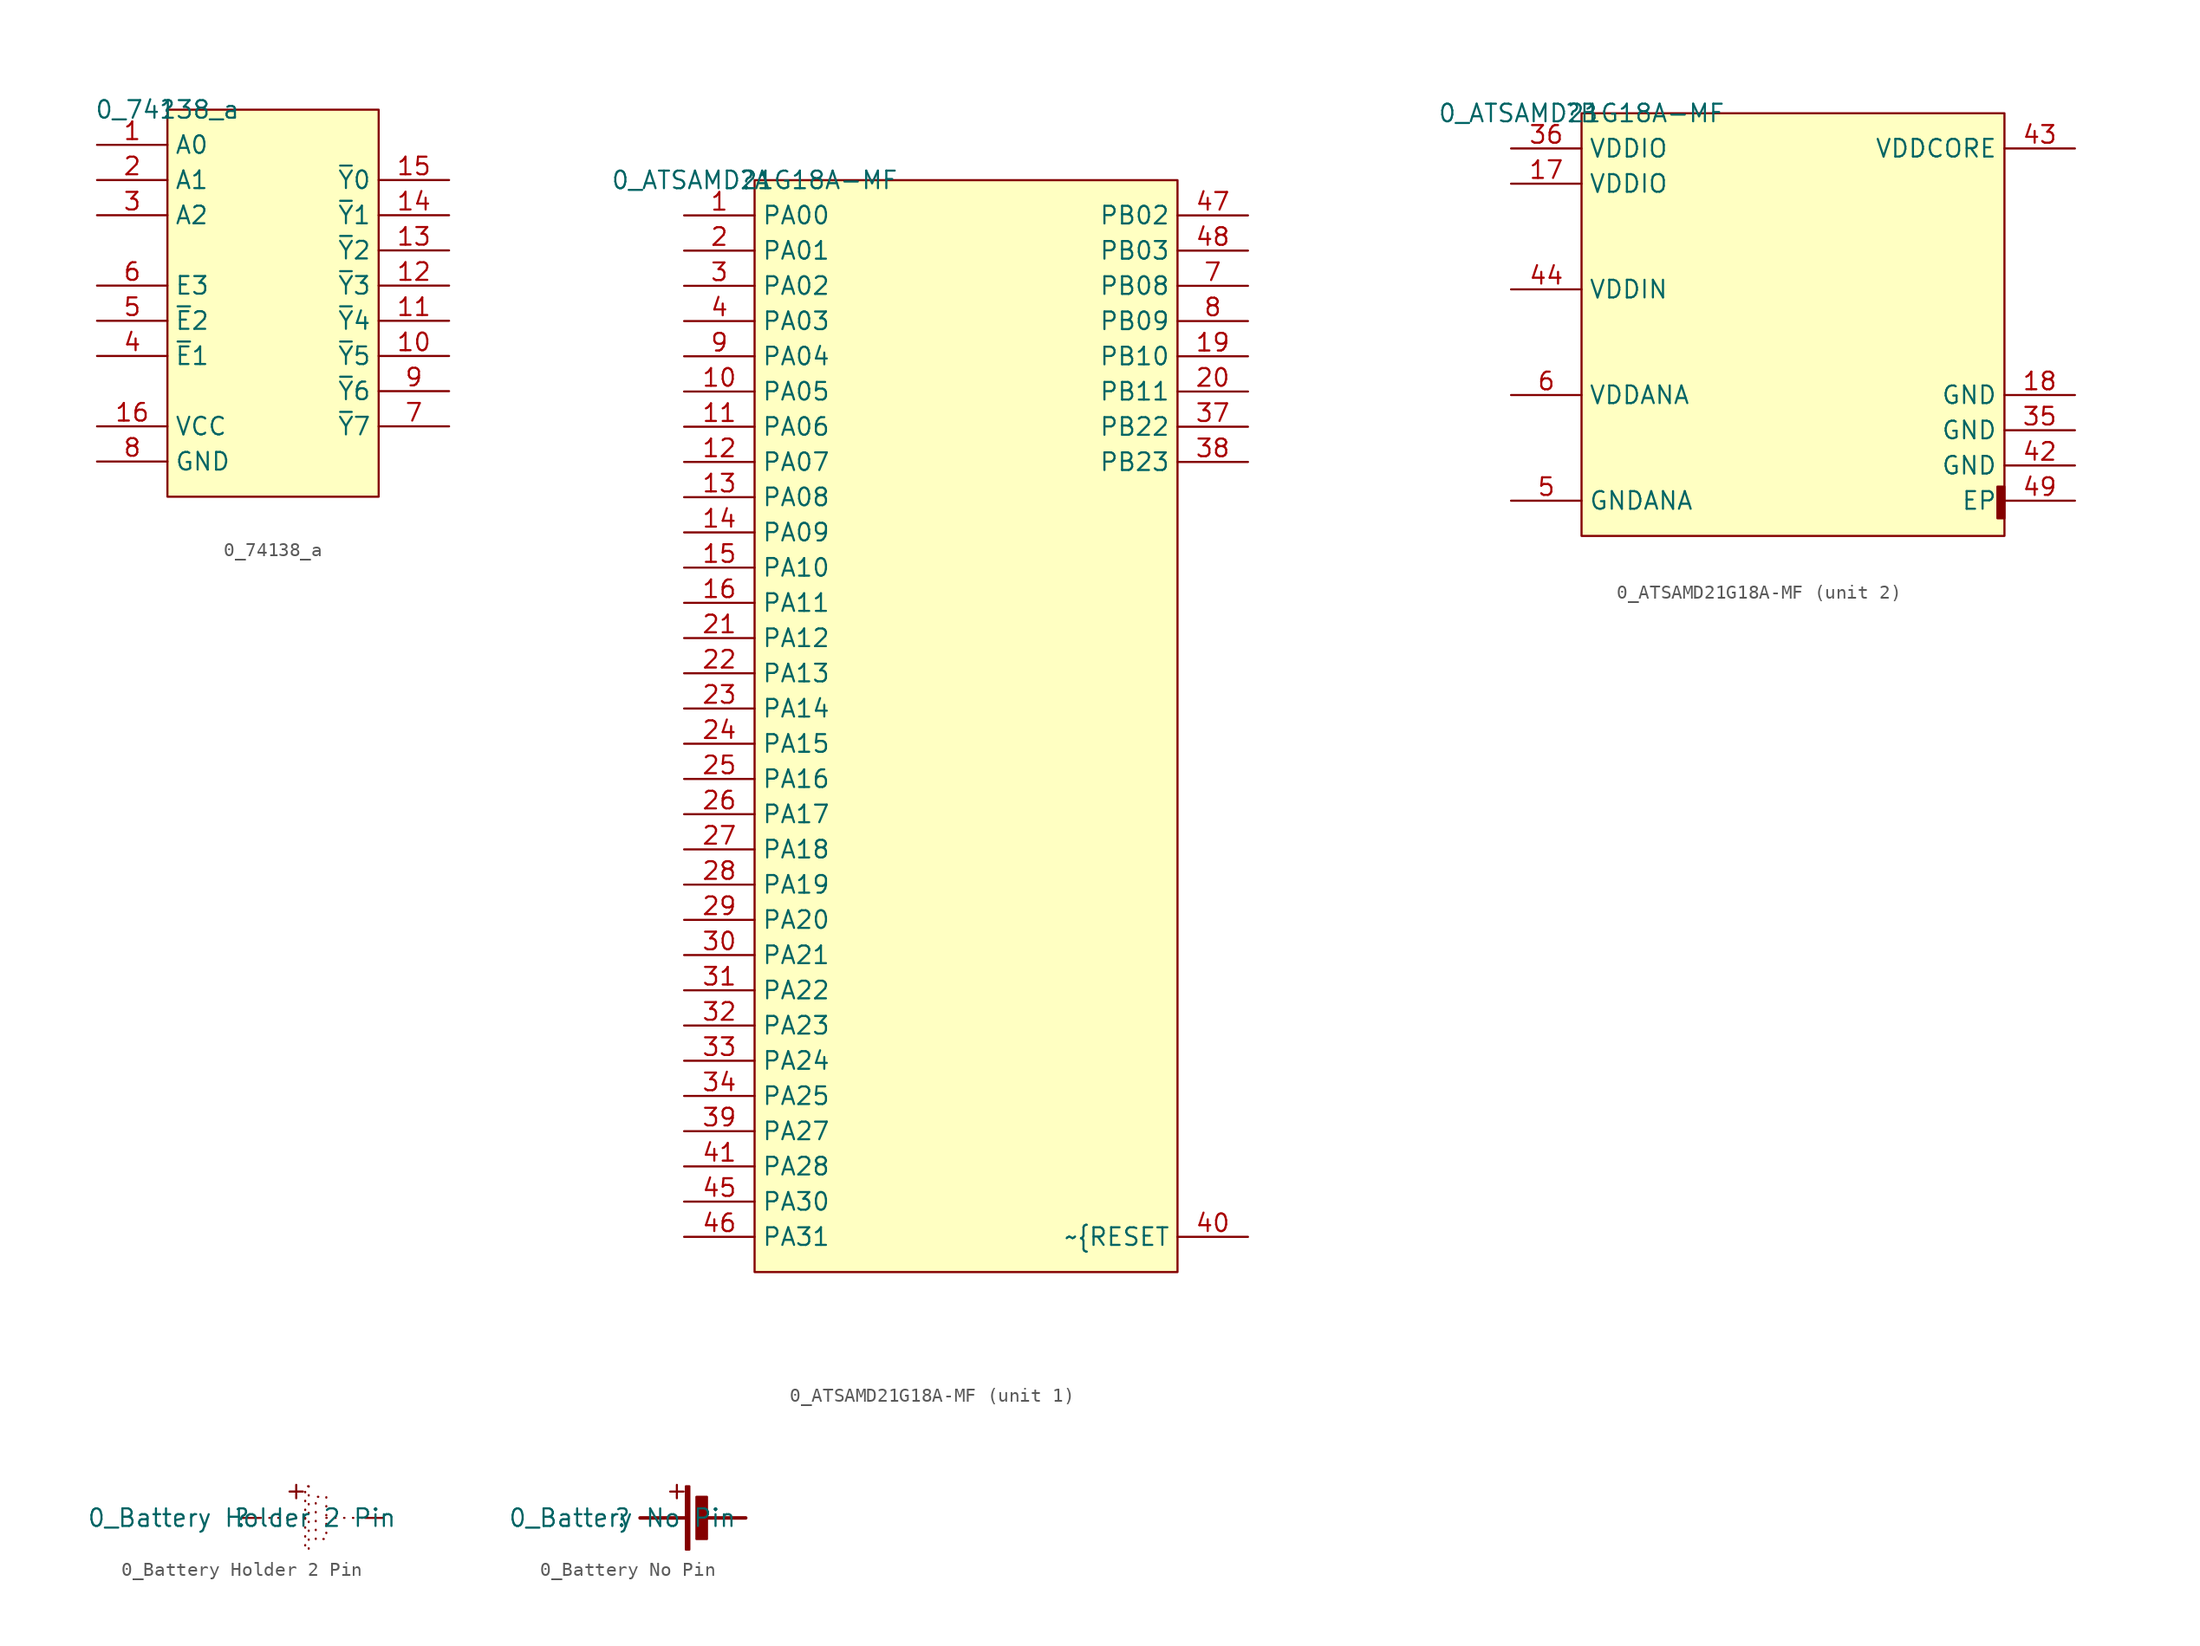
<source format=kicad_sym>
(kicad_symbol_lib
  (version 20220331)
  (generator kicad_symbol_editor)
  (symbol "0_74138_a"
    (property "Reference" ""
      (at 0 0 0)
      (effects (font (size 1.27 1.27))))
    (property "Value" "0_74138_a"
      (at 0 0 0)
      (effects (font (size 1.27 1.27))))
    (symbol "0_74138_a_1_0"
      (rectangle (start 15.24 0) (end 0 -27.94) (stroke (width 0) (type solid)) (fill (type background)))
      (pin input line (at -5.08 -2.54 0) (length 5.08) (name "A0" (effects (font (size 1.27 1.27)))) (number "1" (effects (font (size 1.27 1.27)))))
      (pin output line (at 20.32 -17.78 180) (length 5.08) (name "~{Y}5" (effects (font (size 1.27 1.27)))) (number "10" (effects (font (size 1.27 1.27)))))
      (pin output line (at 20.32 -15.24 180) (length 5.08) (name "~{Y}4" (effects (font (size 1.27 1.27)))) (number "11" (effects (font (size 1.27 1.27)))))
      (pin output line (at 20.32 -12.7 180) (length 5.08) (name "~{Y}3" (effects (font (size 1.27 1.27)))) (number "12" (effects (font (size 1.27 1.27)))))
      (pin output line (at 20.32 -10.16 180) (length 5.08) (name "~{Y}2" (effects (font (size 1.27 1.27)))) (number "13" (effects (font (size 1.27 1.27)))))
      (pin output line (at 20.32 -7.62 180) (length 5.08) (name "~{Y}1" (effects (font (size 1.27 1.27)))) (number "14" (effects (font (size 1.27 1.27)))))
      (pin output line (at 20.32 -5.08 180) (length 5.08) (name "~{Y}0" (effects (font (size 1.27 1.27)))) (number "15" (effects (font (size 1.27 1.27)))))
      (pin power_in line (at -5.08 -22.86 0) (length 5.08) (name "VCC" (effects (font (size 1.27 1.27)))) (number "16" (effects (font (size 1.27 1.27)))))
      (pin input line (at -5.08 -5.08 0) (length 5.08) (name "A1" (effects (font (size 1.27 1.27)))) (number "2" (effects (font (size 1.27 1.27)))))
      (pin input line (at -5.08 -7.62 0) (length 5.08) (name "A2" (effects (font (size 1.27 1.27)))) (number "3" (effects (font (size 1.27 1.27)))))
      (pin input line (at -5.08 -17.78 0) (length 5.08) (name "~{E}1" (effects (font (size 1.27 1.27)))) (number "4" (effects (font (size 1.27 1.27)))))
      (pin input line (at -5.08 -15.24 0) (length 5.08) (name "~{E}2" (effects (font (size 1.27 1.27)))) (number "5" (effects (font (size 1.27 1.27)))))
      (pin input line (at -5.08 -12.7 0) (length 5.08) (name "E3" (effects (font (size 1.27 1.27)))) (number "6" (effects (font (size 1.27 1.27)))))
      (pin output line (at 20.32 -22.86 180) (length 5.08) (name "~{Y}7" (effects (font (size 1.27 1.27)))) (number "7" (effects (font (size 1.27 1.27)))))
      (pin power_in line (at -5.08 -25.4 0) (length 5.08) (name "GND" (effects (font (size 1.27 1.27)))) (number "8" (effects (font (size 1.27 1.27)))))
      (pin output line (at 20.32 -20.32 180) (length 5.08) (name "~{Y}6" (effects (font (size 1.27 1.27)))) (number "9" (effects (font (size 1.27 1.27)))))))
  (symbol "0_ATSAMD21G18A-MF"
    (property "Reference" ""
      (at 0 0 0)
      (effects (font (size 1.27 1.27))))
    (property "Value" "0_ATSAMD21G18A-MF"
      (at 0 0 0)
      (effects (font (size 1.27 1.27))))
    (symbol "0_ATSAMD21G18A-MF_1_0"
      (rectangle (start 30.48 0) (end 0 -78.74) (stroke (width 0) (type solid)) (fill (type background)))
      (pin bidirectional line (at -5.08 -2.54 0) (length 5.08) (name "PA00" (effects (font (size 1.27 1.27)))) (number "1" (effects (font (size 1.27 1.27)))))
      (pin bidirectional line (at -5.08 -15.24 0) (length 5.08) (name "PA05" (effects (font (size 1.27 1.27)))) (number "10" (effects (font (size 1.27 1.27)))))
      (pin bidirectional line (at -5.08 -17.78 0) (length 5.08) (name "PA06" (effects (font (size 1.27 1.27)))) (number "11" (effects (font (size 1.27 1.27)))))
      (pin bidirectional line (at -5.08 -20.32 0) (length 5.08) (name "PA07" (effects (font (size 1.27 1.27)))) (number "12" (effects (font (size 1.27 1.27)))))
      (pin bidirectional line (at -5.08 -22.86 0) (length 5.08) (name "PA08" (effects (font (size 1.27 1.27)))) (number "13" (effects (font (size 1.27 1.27)))))
      (pin bidirectional line (at -5.08 -25.4 0) (length 5.08) (name "PA09" (effects (font (size 1.27 1.27)))) (number "14" (effects (font (size 1.27 1.27)))))
      (pin bidirectional line (at -5.08 -27.94 0) (length 5.08) (name "PA10" (effects (font (size 1.27 1.27)))) (number "15" (effects (font (size 1.27 1.27)))))
      (pin bidirectional line (at -5.08 -30.48 0) (length 5.08) (name "PA11" (effects (font (size 1.27 1.27)))) (number "16" (effects (font (size 1.27 1.27)))))
      (pin bidirectional line (at 35.56 -12.7 180) (length 5.08) (name "PB10" (effects (font (size 1.27 1.27)))) (number "19" (effects (font (size 1.27 1.27)))))
      (pin bidirectional line (at -5.08 -5.08 0) (length 5.08) (name "PA01" (effects (font (size 1.27 1.27)))) (number "2" (effects (font (size 1.27 1.27)))))
      (pin bidirectional line (at 35.56 -15.24 180) (length 5.08) (name "PB11" (effects (font (size 1.27 1.27)))) (number "20" (effects (font (size 1.27 1.27)))))
      (pin bidirectional line (at -5.08 -33.02 0) (length 5.08) (name "PA12" (effects (font (size 1.27 1.27)))) (number "21" (effects (font (size 1.27 1.27)))))
      (pin bidirectional line (at -5.08 -35.56 0) (length 5.08) (name "PA13" (effects (font (size 1.27 1.27)))) (number "22" (effects (font (size 1.27 1.27)))))
      (pin bidirectional line (at -5.08 -38.1 0) (length 5.08) (name "PA14" (effects (font (size 1.27 1.27)))) (number "23" (effects (font (size 1.27 1.27)))))
      (pin bidirectional line (at -5.08 -40.64 0) (length 5.08) (name "PA15" (effects (font (size 1.27 1.27)))) (number "24" (effects (font (size 1.27 1.27)))))
      (pin bidirectional line (at -5.08 -43.18 0) (length 5.08) (name "PA16" (effects (font (size 1.27 1.27)))) (number "25" (effects (font (size 1.27 1.27)))))
      (pin bidirectional line (at -5.08 -45.72 0) (length 5.08) (name "PA17" (effects (font (size 1.27 1.27)))) (number "26" (effects (font (size 1.27 1.27)))))
      (pin bidirectional line (at -5.08 -48.26 0) (length 5.08) (name "PA18" (effects (font (size 1.27 1.27)))) (number "27" (effects (font (size 1.27 1.27)))))
      (pin bidirectional line (at -5.08 -50.8 0) (length 5.08) (name "PA19" (effects (font (size 1.27 1.27)))) (number "28" (effects (font (size 1.27 1.27)))))
      (pin bidirectional line (at -5.08 -53.34 0) (length 5.08) (name "PA20" (effects (font (size 1.27 1.27)))) (number "29" (effects (font (size 1.27 1.27)))))
      (pin bidirectional line (at -5.08 -7.62 0) (length 5.08) (name "PA02" (effects (font (size 1.27 1.27)))) (number "3" (effects (font (size 1.27 1.27)))))
      (pin bidirectional line (at -5.08 -55.88 0) (length 5.08) (name "PA21" (effects (font (size 1.27 1.27)))) (number "30" (effects (font (size 1.27 1.27)))))
      (pin bidirectional line (at -5.08 -58.42 0) (length 5.08) (name "PA22" (effects (font (size 1.27 1.27)))) (number "31" (effects (font (size 1.27 1.27)))))
      (pin bidirectional line (at -5.08 -60.96 0) (length 5.08) (name "PA23" (effects (font (size 1.27 1.27)))) (number "32" (effects (font (size 1.27 1.27)))))
      (pin bidirectional line (at -5.08 -63.5 0) (length 5.08) (name "PA24" (effects (font (size 1.27 1.27)))) (number "33" (effects (font (size 1.27 1.27)))))
      (pin bidirectional line (at -5.08 -66.04 0) (length 5.08) (name "PA25" (effects (font (size 1.27 1.27)))) (number "34" (effects (font (size 1.27 1.27)))))
      (pin bidirectional line (at 35.56 -17.78 180) (length 5.08) (name "PB22" (effects (font (size 1.27 1.27)))) (number "37" (effects (font (size 1.27 1.27)))))
      (pin bidirectional line (at 35.56 -20.32 180) (length 5.08) (name "PB23" (effects (font (size 1.27 1.27)))) (number "38" (effects (font (size 1.27 1.27)))))
      (pin bidirectional line (at -5.08 -68.58 0) (length 5.08) (name "PA27" (effects (font (size 1.27 1.27)))) (number "39" (effects (font (size 1.27 1.27)))))
      (pin bidirectional line (at -5.08 -10.16 0) (length 5.08) (name "PA03" (effects (font (size 1.27 1.27)))) (number "4" (effects (font (size 1.27 1.27)))))
      (pin input line (at 35.56 -76.2 180) (length 5.08) (name "~{RESET" (effects (font (size 1.27 1.27)))) (number "40" (effects (font (size 1.27 1.27)))))
      (pin bidirectional line (at -5.08 -71.12 0) (length 5.08) (name "PA28" (effects (font (size 1.27 1.27)))) (number "41" (effects (font (size 1.27 1.27)))))
      (pin bidirectional line (at -5.08 -73.66 0) (length 5.08) (name "PA30" (effects (font (size 1.27 1.27)))) (number "45" (effects (font (size 1.27 1.27)))))
      (pin bidirectional line (at -5.08 -76.2 0) (length 5.08) (name "PA31" (effects (font (size 1.27 1.27)))) (number "46" (effects (font (size 1.27 1.27)))))
      (pin bidirectional line (at 35.56 -2.54 180) (length 5.08) (name "PB02" (effects (font (size 1.27 1.27)))) (number "47" (effects (font (size 1.27 1.27)))))
      (pin bidirectional line (at 35.56 -5.08 180) (length 5.08) (name "PB03" (effects (font (size 1.27 1.27)))) (number "48" (effects (font (size 1.27 1.27)))))
      (pin bidirectional line (at 35.56 -7.62 180) (length 5.08) (name "PB08" (effects (font (size 1.27 1.27)))) (number "7" (effects (font (size 1.27 1.27)))))
      (pin bidirectional line (at 35.56 -10.16 180) (length 5.08) (name "PB09" (effects (font (size 1.27 1.27)))) (number "8" (effects (font (size 1.27 1.27)))))
      (pin bidirectional line (at -5.08 -12.7 0) (length 5.08) (name "PA04" (effects (font (size 1.27 1.27)))) (number "9" (effects (font (size 1.27 1.27))))))
    (symbol "0_ATSAMD21G18A-MF_2_0"
      (rectangle (start 30.48 -26.924) (end 29.972 -29.21) (stroke (width 0) (type solid)) (fill (type outline)))
      (rectangle (start 30.48 0) (end 0 -30.48) (stroke (width 0) (type solid)) (fill (type background)))
      (pin power_in line (at -5.08 -5.08 0) (length 5.08) (name "VDDIO" (effects (font (size 1.27 1.27)))) (number "17" (effects (font (size 1.27 1.27)))))
      (pin power_in line (at 35.56 -20.32 180) (length 5.08) (name "GND" (effects (font (size 1.27 1.27)))) (number "18" (effects (font (size 1.27 1.27)))))
      (pin power_in line (at 35.56 -22.86 180) (length 5.08) (name "GND" (effects (font (size 1.27 1.27)))) (number "35" (effects (font (size 1.27 1.27)))))
      (pin power_in line (at -5.08 -2.54 0) (length 5.08) (name "VDDIO" (effects (font (size 1.27 1.27)))) (number "36" (effects (font (size 1.27 1.27)))))
      (pin power_in line (at 35.56 -25.4 180) (length 5.08) (name "GND" (effects (font (size 1.27 1.27)))) (number "42" (effects (font (size 1.27 1.27)))))
      (pin power_in line (at 35.56 -2.54 180) (length 5.08) (name "VDDCORE" (effects (font (size 1.27 1.27)))) (number "43" (effects (font (size 1.27 1.27)))))
      (pin power_in line (at -5.08 -12.7 0) (length 5.08) (name "VDDIN" (effects (font (size 1.27 1.27)))) (number "44" (effects (font (size 1.27 1.27)))))
      (pin passive line (at 35.56 -27.94 180) (length 5.08) (name "EP" (effects (font (size 1.27 1.27)))) (number "49" (effects (font (size 1.27 1.27)))))
      (pin power_in line (at -5.08 -27.94 0) (length 5.08) (name "GNDANA" (effects (font (size 1.27 1.27)))) (number "5" (effects (font (size 1.27 1.27)))))
      (pin power_in line (at -5.08 -20.32 0) (length 5.08) (name "VDDANA" (effects (font (size 1.27 1.27)))) (number "6" (effects (font (size 1.27 1.27)))))))
  (symbol "0_Battery Holder 2 Pin"
    (property "Reference" ""
      (at 0 0 0)
      (effects (font (size 1.27 1.27))))
    (property "Value" "0_Battery Holder 2 Pin"
      (at 0 0 0)
      (effects (font (size 1.27 1.27))))
    (symbol "0_Battery Holder 2 Pin_1_0"
      (polyline (pts (xy 4.572 0) (xy 1.27 0)) (stroke (width 0) (type dot)) (fill (type none)))
      (polyline (pts (xy 6.096 0) (xy 8.89 0)) (stroke (width 0) (type dot)) (fill (type none)))
      (polyline (pts (xy 4.826 2.286) (xy 4.826 -2.286) (xy 4.572 -2.286) (xy 4.572 2.286) (xy 4.826 2.286)) (stroke (width 0) (type dot)) (fill (type none)))
      (polyline (pts (xy 5.334 -1.524) (xy 5.334 1.524) (xy 6.096 1.524) (xy 6.096 -1.524) (xy 5.334 -1.524)) (stroke (width 0) (type dot)) (fill (type none)))
      (text "+" (at 4.572 1.016 900) (effects (font (size 1.27 1.27)) (justify left bottom)))
      (pin power_in line (at 0 0 0) (length 1.27) (name "PLUS" (effects (font (size 0 0)))) (number "1" (effects (font (size 0 0)))))
      (pin power_in line (at 10.16 0 180) (length 1.27) (name "MINUS" (effects (font (size 0 0)))) (number "2" (effects (font (size 0 0)))))))
  (symbol "0_Battery No Pin"
    (property "Reference" ""
      (at 0 0 0)
      (effects (font (size 1.27 1.27))))
    (property "Value" "0_Battery No Pin"
      (at 0 0 0)
      (effects (font (size 1.27 1.27))))
    (symbol "0_Battery No Pin_1_0"
      (polyline (pts (xy 1.27 0) (xy 4.572 0)) (stroke (width 0.254) (type solid)) (fill (type none)))
      (polyline (pts (xy 5.588 0) (xy 8.89 0)) (stroke (width 0.254) (type solid)) (fill (type none)))
      (rectangle (start 4.826 2.286) (end 4.572 -2.286) (stroke (width 0) (type solid)) (fill (type outline)))
      (rectangle (start 6.096 1.524) (end 5.334 -1.524) (stroke (width 0) (type solid)) (fill (type outline)))
      (text "+" (at 4.572 1.016 900) (effects (font (size 1.27 1.27)) (justify left bottom))))))
</source>
